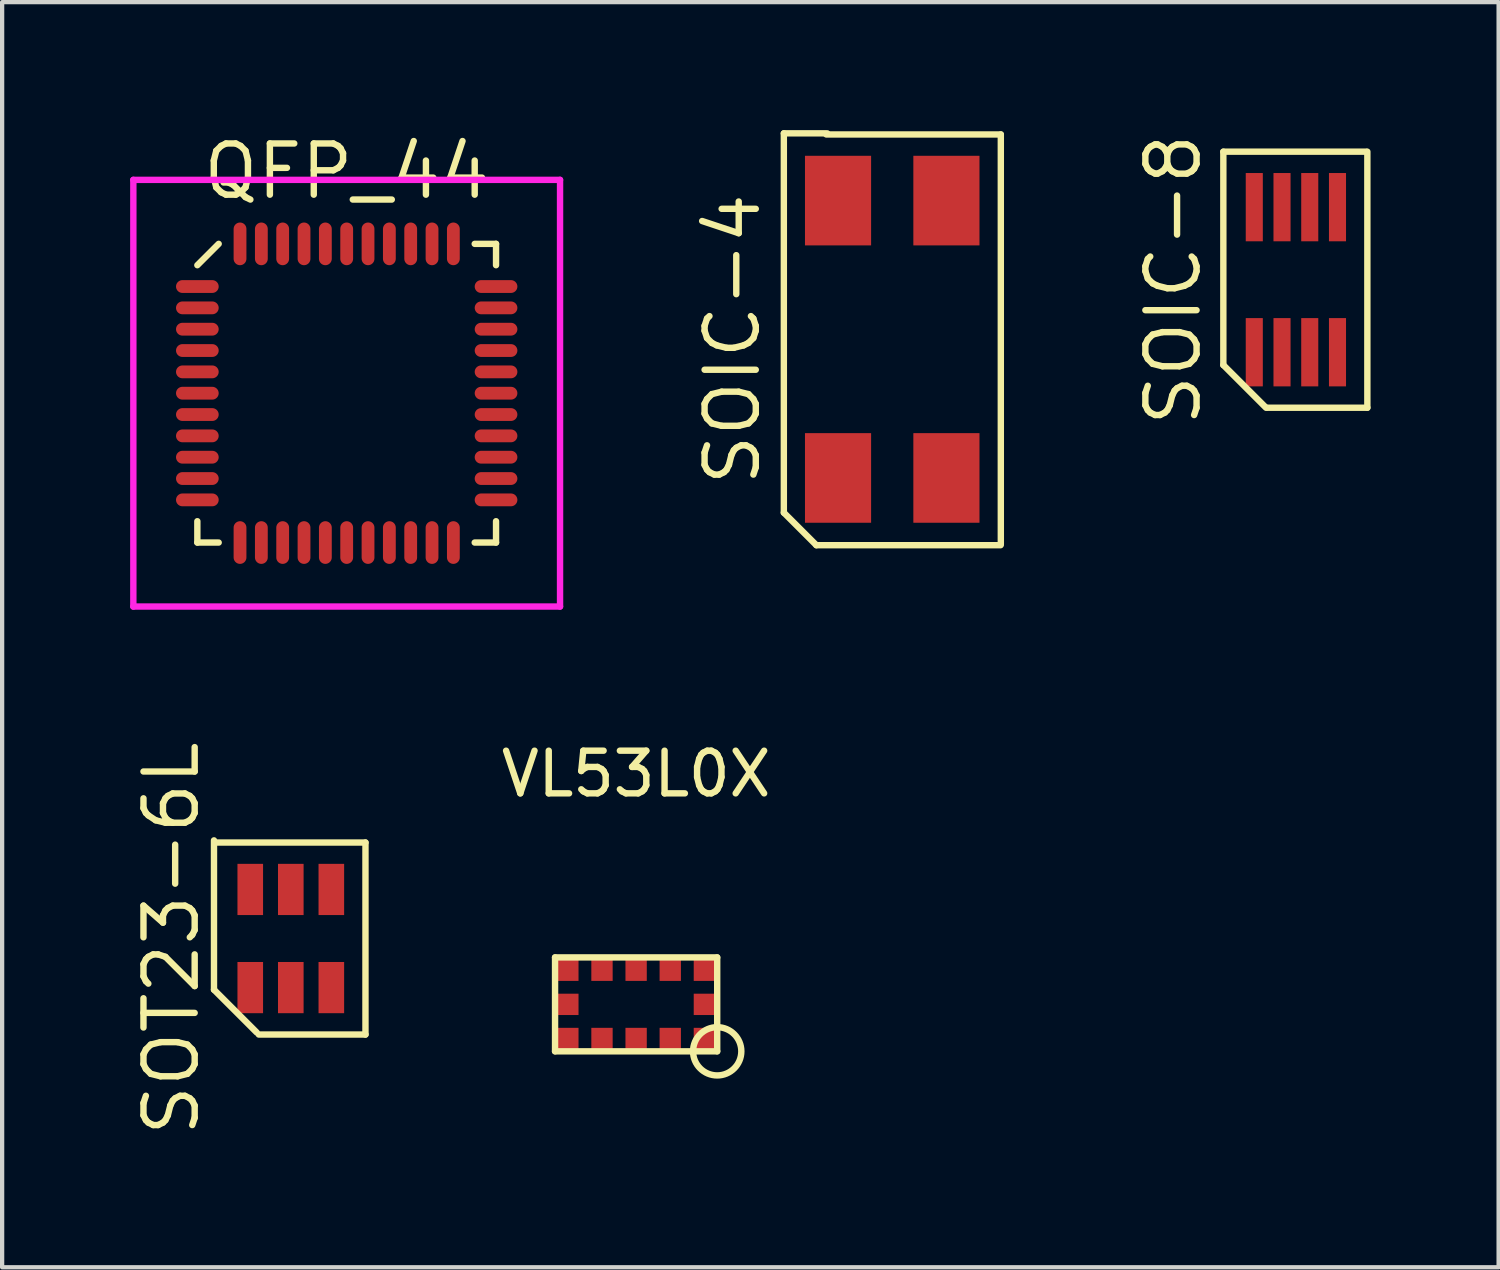
<source format=kicad_pcb>
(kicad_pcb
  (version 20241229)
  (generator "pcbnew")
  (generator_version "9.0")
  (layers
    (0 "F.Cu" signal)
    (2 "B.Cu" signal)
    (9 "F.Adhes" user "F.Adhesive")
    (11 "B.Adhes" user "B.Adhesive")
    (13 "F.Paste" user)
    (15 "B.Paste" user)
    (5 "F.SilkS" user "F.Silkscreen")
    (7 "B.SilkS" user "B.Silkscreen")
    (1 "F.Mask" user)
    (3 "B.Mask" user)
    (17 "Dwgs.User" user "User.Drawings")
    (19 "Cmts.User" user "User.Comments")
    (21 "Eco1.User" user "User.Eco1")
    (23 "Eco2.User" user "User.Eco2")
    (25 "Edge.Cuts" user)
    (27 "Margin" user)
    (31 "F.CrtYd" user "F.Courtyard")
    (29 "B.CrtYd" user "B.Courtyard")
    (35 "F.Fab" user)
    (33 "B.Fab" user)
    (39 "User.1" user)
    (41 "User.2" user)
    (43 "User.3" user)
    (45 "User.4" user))
  (footprint "VL53L0X"
    (layer "F.Cu")
    (at 11.858 20.488)
    (property "Reference" "VL53L0X" (at 0 -5.4 0) (layer "F.SilkS") (effects (font (size 1 1) (thickness 0.15))))
    (attr through_hole)
    (fp_line (start -1.9 -1.1) (end 1.9 -1.1) (stroke (width 0.15) (type solid)) (layer "F.SilkS"))
    (fp_line (start -1.9 1.1) (end -1.9 -1.1) (stroke (width 0.15) (type solid)) (layer "F.SilkS"))
    (fp_line (start 1.9 -1.1) (end 1.9 1.1) (stroke (width 0.15) (type solid)) (layer "F.SilkS"))
    (fp_line (start 1.9 1.1) (end -1.9 1.1) (stroke (width 0.15) (type solid)) (layer "F.SilkS"))
    (fp_circle (center 1.9 1.1) (end 2.3 1.5) (stroke (width 0.15) (type solid)) (fill no) (layer "F.SilkS"))
    (pad "1" smd rect (at 1.6 0.8) (size 0.5 0.5) (layers "F.Cu" "F.Mask" "F.Paste"))
    (pad "2" smd rect (at 0.8 0.8) (size 0.5 0.5) (layers "F.Cu" "F.Mask" "F.Paste"))
    (pad "3" smd rect (at 0 0.8) (size 0.5 0.5) (layers "F.Cu" "F.Mask" "F.Paste"))
    (pad "4" smd rect (at -0.8 0.8) (size 0.5 0.5) (layers "F.Cu" "F.Mask" "F.Paste"))
    (pad "5" smd rect (at -1.6 0.8) (size 0.5 0.5) (layers "F.Cu" "F.Mask" "F.Paste"))
    (pad "6" smd rect (at -1.6 0) (size 0.5 0.5) (layers "F.Cu" "F.Mask" "F.Paste"))
    (pad "7" smd rect (at -1.6 -0.8) (size 0.5 0.5) (layers "F.Cu" "F.Mask" "F.Paste"))
    (pad "8" smd rect (at -0.8 -0.8) (size 0.5 0.5) (layers "F.Cu" "F.Mask" "F.Paste"))
    (pad "9" smd rect (at 0 -0.8) (size 0.5 0.5) (layers "F.Cu" "F.Mask" "F.Paste"))
    (pad "10" smd rect (at 0.8 -0.8) (size 0.5 0.5) (layers "F.Cu" "F.Mask" "F.Paste"))
    (pad "11" smd rect (at 1.6 -0.8) (size 0.5 0.5) (layers "F.Cu" "F.Mask" "F.Paste"))
    (pad "12" smd rect (at 1.6 0) (size 0.5 0.5) (layers "F.Cu" "F.Mask" "F.Paste")))
  (footprint "SOT23-6L"
    (layer "F.Cu")
    (at 3.765 18.945)
    (property "Reference" "SOT23-6L" (at -2.8 0 90) (layer "F.SilkS") (effects (font (size 1.2 1.2) (thickness 0.15))))
    (attr through_hole)
    (fp_line (start -1.8 -2.3) (end -1.8 1.2) (stroke (width 0.15) (type solid)) (layer "F.SilkS"))
    (fp_line (start -1.8 1.2) (end -0.8 2.2) (stroke (width 0.15) (type solid)) (layer "F.SilkS"))
    (fp_line (start -1.75 -2.25) (end 1.75 -2.25) (stroke (width 0.15) (type solid)) (layer "F.SilkS"))
    (fp_line (start 1.75 2.25) (end -0.75 2.25) (stroke (width 0.15) (type solid)) (layer "F.SilkS"))
    (fp_line (start 1.75 2.25) (end 1.75 -2.25) (stroke (width 0.15) (type solid)) (layer "F.SilkS"))
    (pad "1" smd rect (at -0.95 1.15) (size 0.6 1.2) (layers "F.Cu" "F.Mask" "F.Paste"))
    (pad "2" smd rect (at 0 1.15) (size 0.6 1.2) (layers "F.Cu" "F.Mask" "F.Paste"))
    (pad "3" smd rect (at 0.95 1.15) (size 0.6 1.2) (layers "F.Cu" "F.Mask" "F.Paste"))
    (pad "4" smd rect (at 0.95 -1.15) (size 0.6 1.2) (layers "F.Cu" "F.Mask" "F.Paste"))
    (pad "5" smd rect (at 0 -1.15) (size 0.6 1.2) (layers "F.Cu" "F.Mask" "F.Paste"))
    (pad "6" smd rect (at -0.95 -1.15) (size 0.6 1.2) (layers "F.Cu" "F.Mask" "F.Paste")))
  (footprint "SOIC-8"
    (layer "F.Cu")
    (at 27.32 3.505)
    (property "Reference" "SOIC-8" (at -2.875 0 90) (layer "F.SilkS") (effects (font (size 1.2 1.2) (thickness 0.15))))
    (attr through_hole)
    (fp_line (start -1.7 -3) (end -1.7 2) (stroke (width 0.15) (type solid)) (layer "F.SilkS"))
    (fp_line (start -1.7 -3) (end 1.65 -3) (stroke (width 0.15) (type solid)) (layer "F.SilkS"))
    (fp_line (start -1.7 2) (end -0.7 3) (stroke (width 0.15) (type solid)) (layer "F.SilkS"))
    (fp_line (start 1.675 3) (end -0.675 3) (stroke (width 0.15) (type solid)) (layer "F.SilkS"))
    (fp_line (start 1.675 3) (end 1.675 -3) (stroke (width 0.15) (type solid)) (layer "F.SilkS"))
    (pad "1" smd rect (at -0.975 1.7) (size 0.4 1.6) (layers "F.Cu" "F.Mask" "F.Paste"))
    (pad "2" smd rect (at -0.325 1.7) (size 0.4 1.6) (layers "F.Cu" "F.Mask" "F.Paste"))
    (pad "3" smd rect (at 0.325 1.7) (size 0.4 1.6) (layers "F.Cu" "F.Mask" "F.Paste"))
    (pad "4" smd rect (at 0.975 1.7) (size 0.4 1.6) (layers "F.Cu" "F.Mask" "F.Paste"))
    (pad "5" smd rect (at 0.975 -1.7) (size 0.4 1.6) (layers "F.Cu" "F.Mask" "F.Paste"))
    (pad "6" smd rect (at 0.325 -1.7) (size 0.4 1.6) (layers "F.Cu" "F.Mask" "F.Paste"))
    (pad "7" smd rect (at -0.325 -1.7) (size 0.4 1.6) (layers "F.Cu" "F.Mask" "F.Paste"))
    (pad "8" smd rect (at -0.975 -1.7) (size 0.4 1.6) (layers "F.Cu" "F.Mask" "F.Paste")))
  (footprint "SOIC-4"
    (layer "F.Cu")
    (at 17.86 4.901)
    (property "Reference" "SOIC-4" (at -3.745 0 90) (layer "F.SilkS") (effects (font (size 1.2 1.2) (thickness 0.15))))
    (attr through_hole)
    (fp_line (start -2.54 -4.826) (end -1.524 -4.826) (stroke (width 0.15) (type solid)) (layer "F.SilkS"))
    (fp_line (start -2.54 4.064) (end -2.54 -4.826) (stroke (width 0.15) (type solid)) (layer "F.SilkS"))
    (fp_line (start -1.778 4.826) (end -2.54 4.064) (stroke (width 0.15) (type solid)) (layer "F.SilkS"))
    (fp_line (start 2.54 4.826) (end -1.778 4.826) (stroke (width 0.15) (type solid)) (layer "F.SilkS"))
    (fp_line (start 2.545 -4.8) (end -1.545 -4.8) (stroke (width 0.15) (type solid)) (layer "F.SilkS"))
    (fp_line (start 2.545 4.8) (end 2.545 -4.8) (stroke (width 0.15) (type solid)) (layer "F.SilkS"))
    (pad "1" smd rect (at -1.27 3.25) (size 1.55 2.1) (layers "F.Cu" "F.Mask" "F.Paste"))
    (pad "2" smd rect (at 1.27 3.25) (size 1.55 2.1) (layers "F.Cu" "F.Mask" "F.Paste"))
    (pad "3" smd rect (at 1.27 -3.25) (size 1.55 2.1) (layers "F.Cu" "F.Mask" "F.Paste"))
    (pad "4" smd rect (at -1.27 -3.25) (size 1.55 2.1) (layers "F.Cu" "F.Mask" "F.Paste")))
  (footprint "QFP_44"
    (layer "F.Cu")
    (at 5.075 6.165)
    (property "Reference" "QFP_44" (at 0 -5.2 0) (layer "F.SilkS") (effects (font (size 1.2 1.2) (thickness 0.15))))
    (attr through_hole)
    (fp_line (start -3.5 -3) (end -3 -3.5) (stroke (width 0.15) (type solid)) (layer "F.SilkS"))
    (fp_line (start -3.5 3.5) (end -3.5 3) (stroke (width 0.15) (type solid)) (layer "F.SilkS"))
    (fp_line (start -3 3.5) (end -3.5 3.5) (stroke (width 0.15) (type solid)) (layer "F.SilkS"))
    (fp_line (start 3 -3.5) (end 3.5 -3.5) (stroke (width 0.15) (type solid)) (layer "F.SilkS"))
    (fp_line (start 3 3.5) (end 3.5 3.5) (stroke (width 0.15) (type solid)) (layer "F.SilkS"))
    (fp_line (start 3.5 -3.5) (end 3.5 -3) (stroke (width 0.15) (type solid)) (layer "F.SilkS"))
    (fp_line (start 3.5 3.5) (end 3.5 3) (stroke (width 0.15) (type solid)) (layer "F.SilkS"))
    (fp_line (start -5 -5) (end 5 -5) (stroke (width 0.15) (type solid)) (layer "F.CrtYd"))
    (fp_line (start -5 5) (end -5 -5) (stroke (width 0.15) (type solid)) (layer "F.CrtYd"))
    (fp_line (start 5 -5) (end 5 5) (stroke (width 0.15) (type solid)) (layer "F.CrtYd"))
    (fp_line (start 5 5) (end -5 5) (stroke (width 0.15) (type solid)) (layer "F.CrtYd"))
    (pad "1" smd oval (at -3.5 -2.5 90) (size 0.3 1) (layers "F.Cu" "F.Mask" "F.Paste"))
    (pad "2" smd oval (at -3.5 -2 90) (size 0.3 1) (layers "F.Cu" "F.Mask" "F.Paste"))
    (pad "3" smd oval (at -3.5 -1.5 90) (size 0.3 1) (layers "F.Cu" "F.Mask" "F.Paste"))
    (pad "4" smd oval (at -3.5 -1 90) (size 0.3 1) (layers "F.Cu" "F.Mask" "F.Paste"))
    (pad "5" smd oval (at -3.5 -0.5 90) (size 0.3 1) (layers "F.Cu" "F.Mask" "F.Paste"))
    (pad "6" smd oval (at -3.5 0 90) (size 0.3 1) (layers "F.Cu" "F.Mask" "F.Paste"))
    (pad "7" smd oval (at -3.5 0.5 90) (size 0.3 1) (layers "F.Cu" "F.Mask" "F.Paste"))
    (pad "8" smd oval (at -3.5 1 90) (size 0.3 1) (layers "F.Cu" "F.Mask" "F.Paste"))
    (pad "9" smd oval (at -3.5 1.5 90) (size 0.3 1) (layers "F.Cu" "F.Mask" "F.Paste"))
    (pad "10" smd oval (at -3.5 2 90) (size 0.3 1) (layers "F.Cu" "F.Mask" "F.Paste"))
    (pad "11" smd oval (at -3.5 2.5 90) (size 0.3 1) (layers "F.Cu" "F.Mask" "F.Paste"))
    (pad "12" smd oval (at -2.5 3.5) (size 0.3 1) (layers "F.Cu" "F.Mask" "F.Paste"))
    (pad "13" smd oval (at -2 3.5) (size 0.3 1) (layers "F.Cu" "F.Mask" "F.Paste"))
    (pad "14" smd oval (at -1.5 3.5) (size 0.3 1) (layers "F.Cu" "F.Mask" "F.Paste"))
    (pad "15" smd oval (at -1 3.5) (size 0.3 1) (layers "F.Cu" "F.Mask" "F.Paste"))
    (pad "16" smd oval (at -0.5 3.5) (size 0.3 1) (layers "F.Cu" "F.Mask" "F.Paste"))
    (pad "17" smd oval (at 0 3.5) (size 0.3 1) (layers "F.Cu" "F.Mask" "F.Paste"))
    (pad "18" smd oval (at 0.5 3.5) (size 0.3 1) (layers "F.Cu" "F.Mask" "F.Paste"))
    (pad "19" smd oval (at 1 3.5) (size 0.3 1) (layers "F.Cu" "F.Mask" "F.Paste"))
    (pad "20" smd oval (at 1.5 3.5) (size 0.3 1) (layers "F.Cu" "F.Mask" "F.Paste"))
    (pad "21" smd oval (at 2 3.5) (size 0.3 1) (layers "F.Cu" "F.Mask" "F.Paste"))
    (pad "22" smd oval (at 2.5 3.5) (size 0.3 1) (layers "F.Cu" "F.Mask" "F.Paste"))
    (pad "23" smd oval (at 3.5 2.5 90) (size 0.3 1) (layers "F.Cu" "F.Mask" "F.Paste"))
    (pad "24" smd oval (at 3.5 2 90) (size 0.3 1) (layers "F.Cu" "F.Mask" "F.Paste"))
    (pad "25" smd oval (at 3.5 1.5 90) (size 0.3 1) (layers "F.Cu" "F.Mask" "F.Paste"))
    (pad "26" smd oval (at 3.5 1 90) (size 0.3 1) (layers "F.Cu" "F.Mask" "F.Paste"))
    (pad "27" smd oval (at 3.5 0.5 90) (size 0.3 1) (layers "F.Cu" "F.Mask" "F.Paste"))
    (pad "28" smd oval (at 3.5 0 90) (size 0.3 1) (layers "F.Cu" "F.Mask" "F.Paste"))
    (pad "29" smd oval (at 3.5 -0.5 90) (size 0.3 1) (layers "F.Cu" "F.Mask" "F.Paste"))
    (pad "30" smd oval (at 3.5 -1 90) (size 0.3 1) (layers "F.Cu" "F.Mask" "F.Paste"))
    (pad "31" smd oval (at 3.5 -1.5 90) (size 0.3 1) (layers "F.Cu" "F.Mask" "F.Paste"))
    (pad "32" smd oval (at 3.5 -2 90) (size 0.3 1) (layers "F.Cu" "F.Mask" "F.Paste"))
    (pad "33" smd oval (at 3.5 -2.5 90) (size 0.3 1) (layers "F.Cu" "F.Mask" "F.Paste"))
    (pad "34" smd oval (at 2.5 -3.5) (size 0.3 1) (layers "F.Cu" "F.Mask" "F.Paste"))
    (pad "35" smd oval (at 2 -3.5) (size 0.3 1) (layers "F.Cu" "F.Mask" "F.Paste"))
    (pad "36" smd oval (at 1.5 -3.5) (size 0.3 1) (layers "F.Cu" "F.Mask" "F.Paste"))
    (pad "37" smd oval (at 1 -3.5) (size 0.3 1) (layers "F.Cu" "F.Mask" "F.Paste"))
    (pad "38" smd oval (at 0.5 -3.5) (size 0.3 1) (layers "F.Cu" "F.Mask" "F.Paste"))
    (pad "39" smd oval (at 0 -3.5) (size 0.3 1) (layers "F.Cu" "F.Mask" "F.Paste"))
    (pad "40" smd oval (at -0.5 -3.5) (size 0.3 1) (layers "F.Cu" "F.Mask" "F.Paste"))
    (pad "41" smd oval (at -1 -3.5) (size 0.3 1) (layers "F.Cu" "F.Mask" "F.Paste"))
    (pad "42" smd oval (at -1.5 -3.5) (size 0.3 1) (layers "F.Cu" "F.Mask" "F.Paste"))
    (pad "43" smd oval (at -2 -3.5) (size 0.3 1) (layers "F.Cu" "F.Mask" "F.Paste"))
    (pad "44" smd oval (at -2.5 -3.5) (size 0.3 1) (layers "F.Cu" "F.Mask" "F.Paste")))
  (gr_rect
    (start -3 -3)
    (end 32.071 26.65)
    (stroke (width 0.1) (type default))
    (fill no)
    (layer "Edge.Cuts")))
</source>
